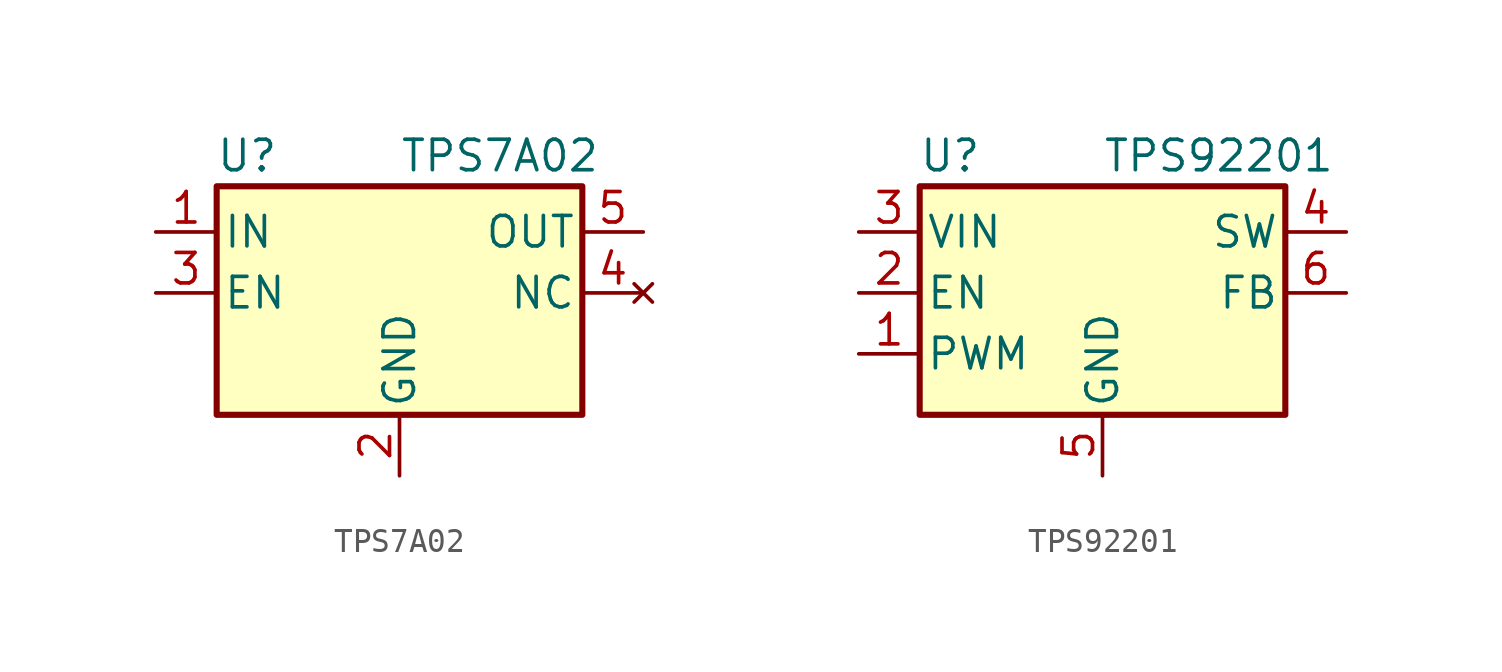
<source format=kicad_sym>
(kicad_symbol_lib
  (version 20231120)
  (generator "kicad_symbol_editor")
  (generator_version "8.0")
  (symbol "TPS7A02"
    (pin_names
      (offset 0.254))
    (property "Reference" "U"
      (at -6.35 5.715 0)
      (effects (font (size 1.27 1.27))))
    (property "Value" "TPS7A02"
      (at 0 5.715 0)
      (effects (font (size 1.27 1.27)) (justify left)))
    (symbol "TPS7A02_0_1"
      (rectangle (start -7.62 -5.08) (end 7.62 4.445) (stroke (width 0.254) (type default)) (fill (type background))))
    (symbol "TPS7A02_1_1"
      (pin power_in line (at -10.16 2.54 0) (length 2.54) (name "IN" (effects (font (size 1.27 1.27)))) (number "1" (effects (font (size 1.27 1.27)))))
      (pin power_in line (at 0 -7.62 90) (length 2.54) (name "GND" (effects (font (size 1.27 1.27)))) (number "2" (effects (font (size 1.27 1.27)))))
      (pin input line (at -10.16 0 0) (length 2.54) (name "EN" (effects (font (size 1.27 1.27)))) (number "3" (effects (font (size 1.27 1.27)))))
      (pin no_connect line (at 10.16 0 180) (length 2.54) (name "NC" (effects (font (size 1.27 1.27)))) (number "4" (effects (font (size 1.27 1.27)))))
      (pin power_out line (at 10.16 2.54 180) (length 2.54) (name "OUT" (effects (font (size 1.27 1.27)))) (number "5" (effects (font (size 1.27 1.27)))))))
  (symbol "TPS92201"
    (pin_names
      (offset 0.254))
    (property "Reference" "U"
      (at -6.35 5.715 0)
      (effects (font (size 1.27 1.27))))
    (property "Value" "TPS92201"
      (at 0 5.715 0)
      (effects (font (size 1.27 1.27)) (justify left)))
    (symbol "TPS92201_0_1"
      (rectangle (start -7.62 4.445) (end 7.62 -5.08) (stroke (width 0.254) (type default)) (fill (type background))))
    (symbol "TPS92201_1_1"
      (pin input line (at -10.16 -2.54 0) (length 2.54) (name "PWM" (effects (font (size 1.27 1.27)))) (number "1" (effects (font (size 1.27 1.27)))))
      (pin input line (at -10.16 0 0) (length 2.54) (name "EN" (effects (font (size 1.27 1.27)))) (number "2" (effects (font (size 1.27 1.27)))))
      (pin power_in line (at -10.16 2.54 0) (length 2.54) (name "VIN" (effects (font (size 1.27 1.27)))) (number "3" (effects (font (size 1.27 1.27)))))
      (pin power_out line (at 10.16 2.54 180) (length 2.54) (name "SW" (effects (font (size 1.27 1.27)))) (number "4" (effects (font (size 1.27 1.27)))))
      (pin power_in line (at 0 -7.62 90) (length 2.54) (name "GND" (effects (font (size 1.27 1.27)))) (number "5" (effects (font (size 1.27 1.27)))))
      (pin input line (at 10.16 0 180) (length 2.54) (name "FB" (effects (font (size 1.27 1.27)))) (number "6" (effects (font (size 1.27 1.27)))))
      (pin power_in line (at 0 -7.62 90) (length 2.54) hide (name "GND" (effects (font (size 1.27 1.27)))) (number "7" (effects (font (size 1.27 1.27))))))))
</source>
